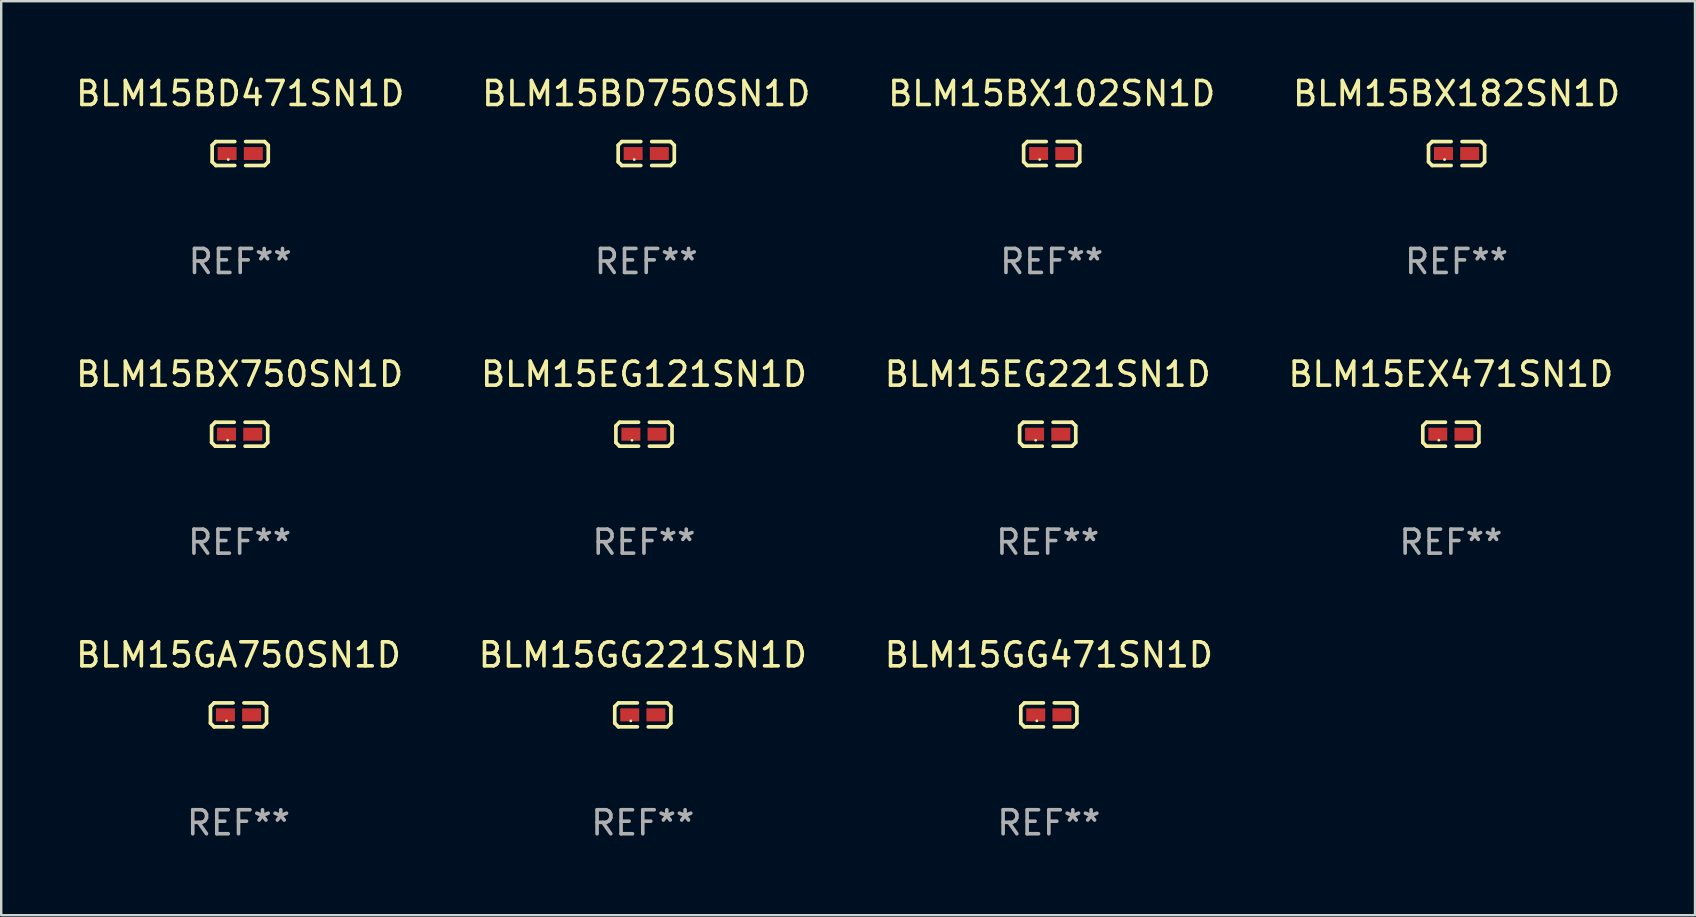
<source format=kicad_pcb>
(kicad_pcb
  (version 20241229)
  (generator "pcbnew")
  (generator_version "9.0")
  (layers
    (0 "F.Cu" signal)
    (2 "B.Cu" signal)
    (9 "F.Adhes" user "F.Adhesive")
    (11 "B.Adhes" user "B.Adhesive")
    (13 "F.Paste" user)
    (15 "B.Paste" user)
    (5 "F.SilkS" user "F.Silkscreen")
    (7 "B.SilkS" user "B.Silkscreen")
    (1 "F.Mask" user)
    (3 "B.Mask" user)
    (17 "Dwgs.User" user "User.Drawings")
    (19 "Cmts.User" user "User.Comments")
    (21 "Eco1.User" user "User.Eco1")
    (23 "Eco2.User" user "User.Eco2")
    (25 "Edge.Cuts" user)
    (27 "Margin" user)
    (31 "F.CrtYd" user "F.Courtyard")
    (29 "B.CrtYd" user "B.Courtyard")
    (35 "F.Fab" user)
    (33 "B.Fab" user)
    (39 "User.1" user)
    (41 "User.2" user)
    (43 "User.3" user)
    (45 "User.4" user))
  (footprint "BLM15EG121SN1D"
    (layer "F.Cu")
    (at 23.78 15.041)
    (property "Reference" "BLM15EG121SN1D" (at 0 -2.499 0) (layer "F.SilkS") (effects (font (size 1 1) (thickness 0.15))))
    (attr through_hole)
    (fp_line (start -1.169 -0.346) (end -1.016 -0.499) (stroke (width 0.152) (type solid)) (layer "F.SilkS"))
    (fp_line (start -1.169 0.346) (end -1.169 -0.346) (stroke (width 0.152) (type solid)) (layer "F.SilkS"))
    (fp_line (start -1.016 -0.499) (end -0.226 -0.499) (stroke (width 0.152) (type solid)) (layer "F.SilkS"))
    (fp_line (start -1.016 0.499) (end -1.169 0.346) (stroke (width 0.152) (type solid)) (layer "F.SilkS"))
    (fp_line (start -0.226 0.499) (end -1.016 0.499) (stroke (width 0.152) (type solid)) (layer "F.SilkS"))
    (fp_line (start 0.226 0.499) (end 1.016 0.499) (stroke (width 0.152) (type solid)) (layer "F.SilkS"))
    (fp_line (start 1.016 -0.499) (end 0.226 -0.499) (stroke (width 0.152) (type solid)) (layer "F.SilkS"))
    (fp_line (start 1.016 0.499) (end 1.169 0.346) (stroke (width 0.152) (type solid)) (layer "F.SilkS"))
    (fp_line (start 1.169 -0.346) (end 1.016 -0.499) (stroke (width 0.152) (type solid)) (layer "F.SilkS"))
    (fp_line (start 1.169 0.346) (end 1.169 -0.346) (stroke (width 0.152) (type solid)) (layer "F.SilkS"))
    (fp_circle (center -0.5 0.25) (end -0.47 0.25) (stroke (width 0.06) (type solid)) (fill no) (layer "F.SilkS"))
    (fp_text user "REF**" (at 0 4.499 0) (layer "F.Fab") (effects (font (size 1 1) (thickness 0.15))))
    (pad "1" smd rect (at -0.545 0) (size 0.79 0.54) (layers "F.Cu" "F.Mask" "F.Paste"))
    (pad "2" smd rect (at 0.545 0) (size 0.79 0.54) (layers "F.Cu" "F.Mask" "F.Paste")))
  (footprint "BLM15BX102SN1D"
    (layer "F.Cu")
    (at 40.768 3.347)
    (property "Reference" "BLM15BX102SN1D" (at 0 -2.499 0) (layer "F.SilkS") (effects (font (size 1 1) (thickness 0.15))))
    (attr through_hole)
    (fp_line (start -1.169 -0.346) (end -1.016 -0.499) (stroke (width 0.152) (type solid)) (layer "F.SilkS"))
    (fp_line (start -1.169 0.346) (end -1.169 -0.346) (stroke (width 0.152) (type solid)) (layer "F.SilkS"))
    (fp_line (start -1.016 -0.499) (end -0.226 -0.499) (stroke (width 0.152) (type solid)) (layer "F.SilkS"))
    (fp_line (start -1.016 0.499) (end -1.169 0.346) (stroke (width 0.152) (type solid)) (layer "F.SilkS"))
    (fp_line (start -0.226 0.499) (end -1.016 0.499) (stroke (width 0.152) (type solid)) (layer "F.SilkS"))
    (fp_line (start 0.226 0.499) (end 1.016 0.499) (stroke (width 0.152) (type solid)) (layer "F.SilkS"))
    (fp_line (start 1.016 -0.499) (end 0.226 -0.499) (stroke (width 0.152) (type solid)) (layer "F.SilkS"))
    (fp_line (start 1.016 0.499) (end 1.169 0.346) (stroke (width 0.152) (type solid)) (layer "F.SilkS"))
    (fp_line (start 1.169 -0.346) (end 1.016 -0.499) (stroke (width 0.152) (type solid)) (layer "F.SilkS"))
    (fp_line (start 1.169 0.346) (end 1.169 -0.346) (stroke (width 0.152) (type solid)) (layer "F.SilkS"))
    (fp_circle (center -0.5 0.25) (end -0.47 0.25) (stroke (width 0.06) (type solid)) (fill no) (layer "F.SilkS"))
    (fp_text user "REF**" (at 0 4.499 0) (layer "F.Fab") (effects (font (size 1 1) (thickness 0.15))))
    (pad "1" smd rect (at -0.545 0) (size 0.79 0.54) (layers "F.Cu" "F.Mask" "F.Paste"))
    (pad "2" smd rect (at 0.545 0) (size 0.79 0.54) (layers "F.Cu" "F.Mask" "F.Paste")))
  (footprint "BLM15BX750SN1D"
    (layer "F.Cu")
    (at 6.935 15.041)
    (property "Reference" "BLM15BX750SN1D" (at 0 -2.499 0) (layer "F.SilkS") (effects (font (size 1 1) (thickness 0.15))))
    (attr through_hole)
    (fp_line (start -1.169 -0.346) (end -1.016 -0.499) (stroke (width 0.152) (type solid)) (layer "F.SilkS"))
    (fp_line (start -1.169 0.346) (end -1.169 -0.346) (stroke (width 0.152) (type solid)) (layer "F.SilkS"))
    (fp_line (start -1.016 -0.499) (end -0.226 -0.499) (stroke (width 0.152) (type solid)) (layer "F.SilkS"))
    (fp_line (start -1.016 0.499) (end -1.169 0.346) (stroke (width 0.152) (type solid)) (layer "F.SilkS"))
    (fp_line (start -0.226 0.499) (end -1.016 0.499) (stroke (width 0.152) (type solid)) (layer "F.SilkS"))
    (fp_line (start 0.226 0.499) (end 1.016 0.499) (stroke (width 0.152) (type solid)) (layer "F.SilkS"))
    (fp_line (start 1.016 -0.499) (end 0.226 -0.499) (stroke (width 0.152) (type solid)) (layer "F.SilkS"))
    (fp_line (start 1.016 0.499) (end 1.169 0.346) (stroke (width 0.152) (type solid)) (layer "F.SilkS"))
    (fp_line (start 1.169 -0.346) (end 1.016 -0.499) (stroke (width 0.152) (type solid)) (layer "F.SilkS"))
    (fp_line (start 1.169 0.346) (end 1.169 -0.346) (stroke (width 0.152) (type solid)) (layer "F.SilkS"))
    (fp_circle (center -0.5 0.25) (end -0.47 0.25) (stroke (width 0.06) (type solid)) (fill no) (layer "F.SilkS"))
    (fp_text user "REF**" (at 0 4.499 0) (layer "F.Fab") (effects (font (size 1 1) (thickness 0.15))))
    (pad "1" smd rect (at -0.545 0) (size 0.79 0.54) (layers "F.Cu" "F.Mask" "F.Paste"))
    (pad "2" smd rect (at 0.545 0) (size 0.79 0.54) (layers "F.Cu" "F.Mask" "F.Paste")))
  (footprint "BLM15BD750SN1D"
    (layer "F.Cu")
    (at 23.875 3.347)
    (property "Reference" "BLM15BD750SN1D" (at 0 -2.499 0) (layer "F.SilkS") (effects (font (size 1 1) (thickness 0.15))))
    (attr through_hole)
    (fp_line (start -1.169 -0.346) (end -1.016 -0.499) (stroke (width 0.152) (type solid)) (layer "F.SilkS"))
    (fp_line (start -1.169 0.346) (end -1.169 -0.346) (stroke (width 0.152) (type solid)) (layer "F.SilkS"))
    (fp_line (start -1.016 -0.499) (end -0.226 -0.499) (stroke (width 0.152) (type solid)) (layer "F.SilkS"))
    (fp_line (start -1.016 0.499) (end -1.169 0.346) (stroke (width 0.152) (type solid)) (layer "F.SilkS"))
    (fp_line (start -0.226 0.499) (end -1.016 0.499) (stroke (width 0.152) (type solid)) (layer "F.SilkS"))
    (fp_line (start 0.226 0.499) (end 1.016 0.499) (stroke (width 0.152) (type solid)) (layer "F.SilkS"))
    (fp_line (start 1.016 -0.499) (end 0.226 -0.499) (stroke (width 0.152) (type solid)) (layer "F.SilkS"))
    (fp_line (start 1.016 0.499) (end 1.169 0.346) (stroke (width 0.152) (type solid)) (layer "F.SilkS"))
    (fp_line (start 1.169 -0.346) (end 1.016 -0.499) (stroke (width 0.152) (type solid)) (layer "F.SilkS"))
    (fp_line (start 1.169 0.346) (end 1.169 -0.346) (stroke (width 0.152) (type solid)) (layer "F.SilkS"))
    (fp_circle (center -0.5 0.25) (end -0.47 0.25) (stroke (width 0.06) (type solid)) (fill no) (layer "F.SilkS"))
    (fp_text user "REF**" (at 0 4.499 0) (layer "F.Fab") (effects (font (size 1 1) (thickness 0.15))))
    (pad "1" smd rect (at -0.545 0) (size 0.79 0.54) (layers "F.Cu" "F.Mask" "F.Paste"))
    (pad "2" smd rect (at 0.545 0) (size 0.79 0.54) (layers "F.Cu" "F.Mask" "F.Paste")))
  (footprint "BLM15EX471SN1D"
    (layer "F.Cu")
    (at 57.399 15.041)
    (property "Reference" "BLM15EX471SN1D" (at 0 -2.499 0) (layer "F.SilkS") (effects (font (size 1 1) (thickness 0.15))))
    (attr through_hole)
    (fp_line (start -1.169 -0.346) (end -1.016 -0.499) (stroke (width 0.152) (type solid)) (layer "F.SilkS"))
    (fp_line (start -1.169 0.346) (end -1.169 -0.346) (stroke (width 0.152) (type solid)) (layer "F.SilkS"))
    (fp_line (start -1.016 -0.499) (end -0.226 -0.499) (stroke (width 0.152) (type solid)) (layer "F.SilkS"))
    (fp_line (start -1.016 0.499) (end -1.169 0.346) (stroke (width 0.152) (type solid)) (layer "F.SilkS"))
    (fp_line (start -0.226 0.499) (end -1.016 0.499) (stroke (width 0.152) (type solid)) (layer "F.SilkS"))
    (fp_line (start 0.226 0.499) (end 1.016 0.499) (stroke (width 0.152) (type solid)) (layer "F.SilkS"))
    (fp_line (start 1.016 -0.499) (end 0.226 -0.499) (stroke (width 0.152) (type solid)) (layer "F.SilkS"))
    (fp_line (start 1.016 0.499) (end 1.169 0.346) (stroke (width 0.152) (type solid)) (layer "F.SilkS"))
    (fp_line (start 1.169 -0.346) (end 1.016 -0.499) (stroke (width 0.152) (type solid)) (layer "F.SilkS"))
    (fp_line (start 1.169 0.346) (end 1.169 -0.346) (stroke (width 0.152) (type solid)) (layer "F.SilkS"))
    (fp_circle (center -0.5 0.25) (end -0.47 0.25) (stroke (width 0.06) (type solid)) (fill no) (layer "F.SilkS"))
    (fp_text user "REF**" (at 0 4.499 0) (layer "F.Fab") (effects (font (size 1 1) (thickness 0.15))))
    (pad "1" smd rect (at -0.545 0) (size 0.79 0.54) (layers "F.Cu" "F.Mask" "F.Paste"))
    (pad "2" smd rect (at 0.545 0) (size 0.79 0.54) (layers "F.Cu" "F.Mask" "F.Paste")))
  (footprint "BLM15BD471SN1D"
    (layer "F.Cu")
    (at 6.958 3.347)
    (property "Reference" "BLM15BD471SN1D" (at 0 -2.499 0) (layer "F.SilkS") (effects (font (size 1 1) (thickness 0.15))))
    (attr through_hole)
    (fp_line (start -1.169 -0.346) (end -1.016 -0.499) (stroke (width 0.152) (type solid)) (layer "F.SilkS"))
    (fp_line (start -1.169 0.346) (end -1.169 -0.346) (stroke (width 0.152) (type solid)) (layer "F.SilkS"))
    (fp_line (start -1.016 -0.499) (end -0.226 -0.499) (stroke (width 0.152) (type solid)) (layer "F.SilkS"))
    (fp_line (start -1.016 0.499) (end -1.169 0.346) (stroke (width 0.152) (type solid)) (layer "F.SilkS"))
    (fp_line (start -0.226 0.499) (end -1.016 0.499) (stroke (width 0.152) (type solid)) (layer "F.SilkS"))
    (fp_line (start 0.226 0.499) (end 1.016 0.499) (stroke (width 0.152) (type solid)) (layer "F.SilkS"))
    (fp_line (start 1.016 -0.499) (end 0.226 -0.499) (stroke (width 0.152) (type solid)) (layer "F.SilkS"))
    (fp_line (start 1.016 0.499) (end 1.169 0.346) (stroke (width 0.152) (type solid)) (layer "F.SilkS"))
    (fp_line (start 1.169 -0.346) (end 1.016 -0.499) (stroke (width 0.152) (type solid)) (layer "F.SilkS"))
    (fp_line (start 1.169 0.346) (end 1.169 -0.346) (stroke (width 0.152) (type solid)) (layer "F.SilkS"))
    (fp_circle (center -0.5 0.25) (end -0.47 0.25) (stroke (width 0.06) (type solid)) (fill no) (layer "F.SilkS"))
    (fp_text user "REF**" (at 0 4.499 0) (layer "F.Fab") (effects (font (size 1 1) (thickness 0.15))))
    (pad "1" smd rect (at -0.545 0) (size 0.79 0.54) (layers "F.Cu" "F.Mask" "F.Paste"))
    (pad "2" smd rect (at 0.545 0) (size 0.79 0.54) (layers "F.Cu" "F.Mask" "F.Paste")))
  (footprint "BLM15GG221SN1D"
    (layer "F.Cu")
    (at 23.732 26.734)
    (property "Reference" "BLM15GG221SN1D" (at 0 -2.499 0) (layer "F.SilkS") (effects (font (size 1 1) (thickness 0.15))))
    (attr through_hole)
    (fp_line (start -1.169 -0.346) (end -1.016 -0.499) (stroke (width 0.152) (type solid)) (layer "F.SilkS"))
    (fp_line (start -1.169 0.346) (end -1.169 -0.346) (stroke (width 0.152) (type solid)) (layer "F.SilkS"))
    (fp_line (start -1.016 -0.499) (end -0.226 -0.499) (stroke (width 0.152) (type solid)) (layer "F.SilkS"))
    (fp_line (start -1.016 0.499) (end -1.169 0.346) (stroke (width 0.152) (type solid)) (layer "F.SilkS"))
    (fp_line (start -0.226 0.499) (end -1.016 0.499) (stroke (width 0.152) (type solid)) (layer "F.SilkS"))
    (fp_line (start 0.226 0.499) (end 1.016 0.499) (stroke (width 0.152) (type solid)) (layer "F.SilkS"))
    (fp_line (start 1.016 -0.499) (end 0.226 -0.499) (stroke (width 0.152) (type solid)) (layer "F.SilkS"))
    (fp_line (start 1.016 0.499) (end 1.169 0.346) (stroke (width 0.152) (type solid)) (layer "F.SilkS"))
    (fp_line (start 1.169 -0.346) (end 1.016 -0.499) (stroke (width 0.152) (type solid)) (layer "F.SilkS"))
    (fp_line (start 1.169 0.346) (end 1.169 -0.346) (stroke (width 0.152) (type solid)) (layer "F.SilkS"))
    (fp_circle (center -0.5 0.25) (end -0.47 0.25) (stroke (width 0.06) (type solid)) (fill no) (layer "F.SilkS"))
    (fp_text user "REF**" (at 0 4.499 0) (layer "F.Fab") (effects (font (size 1 1) (thickness 0.15))))
    (pad "1" smd rect (at -0.545 0) (size 0.79 0.54) (layers "F.Cu" "F.Mask" "F.Paste"))
    (pad "2" smd rect (at 0.545 0) (size 0.79 0.54) (layers "F.Cu" "F.Mask" "F.Paste")))
  (footprint "BLM15BX182SN1D"
    (layer "F.Cu")
    (at 57.637 3.347)
    (property "Reference" "BLM15BX182SN1D" (at 0 -2.499 0) (layer "F.SilkS") (effects (font (size 1 1) (thickness 0.15))))
    (attr through_hole)
    (fp_line (start -1.169 -0.346) (end -1.016 -0.499) (stroke (width 0.152) (type solid)) (layer "F.SilkS"))
    (fp_line (start -1.169 0.346) (end -1.169 -0.346) (stroke (width 0.152) (type solid)) (layer "F.SilkS"))
    (fp_line (start -1.016 -0.499) (end -0.226 -0.499) (stroke (width 0.152) (type solid)) (layer "F.SilkS"))
    (fp_line (start -1.016 0.499) (end -1.169 0.346) (stroke (width 0.152) (type solid)) (layer "F.SilkS"))
    (fp_line (start -0.226 0.499) (end -1.016 0.499) (stroke (width 0.152) (type solid)) (layer "F.SilkS"))
    (fp_line (start 0.226 0.499) (end 1.016 0.499) (stroke (width 0.152) (type solid)) (layer "F.SilkS"))
    (fp_line (start 1.016 -0.499) (end 0.226 -0.499) (stroke (width 0.152) (type solid)) (layer "F.SilkS"))
    (fp_line (start 1.016 0.499) (end 1.169 0.346) (stroke (width 0.152) (type solid)) (layer "F.SilkS"))
    (fp_line (start 1.169 -0.346) (end 1.016 -0.499) (stroke (width 0.152) (type solid)) (layer "F.SilkS"))
    (fp_line (start 1.169 0.346) (end 1.169 -0.346) (stroke (width 0.152) (type solid)) (layer "F.SilkS"))
    (fp_circle (center -0.5 0.25) (end -0.47 0.25) (stroke (width 0.06) (type solid)) (fill no) (layer "F.SilkS"))
    (fp_text user "REF**" (at 0 4.499 0) (layer "F.Fab") (effects (font (size 1 1) (thickness 0.15))))
    (pad "1" smd rect (at -0.545 0) (size 0.79 0.54) (layers "F.Cu" "F.Mask" "F.Paste"))
    (pad "2" smd rect (at 0.545 0) (size 0.79 0.54) (layers "F.Cu" "F.Mask" "F.Paste")))
  (footprint "BLM15GG471SN1D"
    (layer "F.Cu")
    (at 40.649 26.734)
    (property "Reference" "BLM15GG471SN1D" (at 0 -2.499 0) (layer "F.SilkS") (effects (font (size 1 1) (thickness 0.15))))
    (attr through_hole)
    (fp_line (start -1.169 -0.346) (end -1.016 -0.499) (stroke (width 0.152) (type solid)) (layer "F.SilkS"))
    (fp_line (start -1.169 0.346) (end -1.169 -0.346) (stroke (width 0.152) (type solid)) (layer "F.SilkS"))
    (fp_line (start -1.016 -0.499) (end -0.226 -0.499) (stroke (width 0.152) (type solid)) (layer "F.SilkS"))
    (fp_line (start -1.016 0.499) (end -1.169 0.346) (stroke (width 0.152) (type solid)) (layer "F.SilkS"))
    (fp_line (start -0.226 0.499) (end -1.016 0.499) (stroke (width 0.152) (type solid)) (layer "F.SilkS"))
    (fp_line (start 0.226 0.499) (end 1.016 0.499) (stroke (width 0.152) (type solid)) (layer "F.SilkS"))
    (fp_line (start 1.016 -0.499) (end 0.226 -0.499) (stroke (width 0.152) (type solid)) (layer "F.SilkS"))
    (fp_line (start 1.016 0.499) (end 1.169 0.346) (stroke (width 0.152) (type solid)) (layer "F.SilkS"))
    (fp_line (start 1.169 -0.346) (end 1.016 -0.499) (stroke (width 0.152) (type solid)) (layer "F.SilkS"))
    (fp_line (start 1.169 0.346) (end 1.169 -0.346) (stroke (width 0.152) (type solid)) (layer "F.SilkS"))
    (fp_circle (center -0.5 0.25) (end -0.47 0.25) (stroke (width 0.06) (type solid)) (fill no) (layer "F.SilkS"))
    (fp_text user "REF**" (at 0 4.499 0) (layer "F.Fab") (effects (font (size 1 1) (thickness 0.15))))
    (pad "1" smd rect (at -0.545 0) (size 0.79 0.54) (layers "F.Cu" "F.Mask" "F.Paste"))
    (pad "2" smd rect (at 0.545 0) (size 0.79 0.54) (layers "F.Cu" "F.Mask" "F.Paste")))
  (footprint "BLM15GA750SN1D"
    (layer "F.Cu")
    (at 6.887 26.734)
    (property "Reference" "BLM15GA750SN1D" (at 0 -2.499 0) (layer "F.SilkS") (effects (font (size 1 1) (thickness 0.15))))
    (attr through_hole)
    (fp_line (start -1.169 -0.346) (end -1.016 -0.499) (stroke (width 0.152) (type solid)) (layer "F.SilkS"))
    (fp_line (start -1.169 0.346) (end -1.169 -0.346) (stroke (width 0.152) (type solid)) (layer "F.SilkS"))
    (fp_line (start -1.016 -0.499) (end -0.226 -0.499) (stroke (width 0.152) (type solid)) (layer "F.SilkS"))
    (fp_line (start -1.016 0.499) (end -1.169 0.346) (stroke (width 0.152) (type solid)) (layer "F.SilkS"))
    (fp_line (start -0.226 0.499) (end -1.016 0.499) (stroke (width 0.152) (type solid)) (layer "F.SilkS"))
    (fp_line (start 0.226 0.499) (end 1.016 0.499) (stroke (width 0.152) (type solid)) (layer "F.SilkS"))
    (fp_line (start 1.016 -0.499) (end 0.226 -0.499) (stroke (width 0.152) (type solid)) (layer "F.SilkS"))
    (fp_line (start 1.016 0.499) (end 1.169 0.346) (stroke (width 0.152) (type solid)) (layer "F.SilkS"))
    (fp_line (start 1.169 -0.346) (end 1.016 -0.499) (stroke (width 0.152) (type solid)) (layer "F.SilkS"))
    (fp_line (start 1.169 0.346) (end 1.169 -0.346) (stroke (width 0.152) (type solid)) (layer "F.SilkS"))
    (fp_circle (center -0.5 0.25) (end -0.47 0.25) (stroke (width 0.06) (type solid)) (fill no) (layer "F.SilkS"))
    (fp_text user "REF**" (at 0 4.499 0) (layer "F.Fab") (effects (font (size 1 1) (thickness 0.15))))
    (pad "1" smd rect (at -0.545 0) (size 0.79 0.54) (layers "F.Cu" "F.Mask" "F.Paste"))
    (pad "2" smd rect (at 0.545 0) (size 0.79 0.54) (layers "F.Cu" "F.Mask" "F.Paste")))
  (footprint "BLM15EG221SN1D"
    (layer "F.Cu")
    (at 40.601 15.041)
    (property "Reference" "BLM15EG221SN1D" (at 0 -2.499 0) (layer "F.SilkS") (effects (font (size 1 1) (thickness 0.15))))
    (attr through_hole)
    (fp_line (start -1.169 -0.346) (end -1.016 -0.499) (stroke (width 0.152) (type solid)) (layer "F.SilkS"))
    (fp_line (start -1.169 0.346) (end -1.169 -0.346) (stroke (width 0.152) (type solid)) (layer "F.SilkS"))
    (fp_line (start -1.016 -0.499) (end -0.226 -0.499) (stroke (width 0.152) (type solid)) (layer "F.SilkS"))
    (fp_line (start -1.016 0.499) (end -1.169 0.346) (stroke (width 0.152) (type solid)) (layer "F.SilkS"))
    (fp_line (start -0.226 0.499) (end -1.016 0.499) (stroke (width 0.152) (type solid)) (layer "F.SilkS"))
    (fp_line (start 0.226 0.499) (end 1.016 0.499) (stroke (width 0.152) (type solid)) (layer "F.SilkS"))
    (fp_line (start 1.016 -0.499) (end 0.226 -0.499) (stroke (width 0.152) (type solid)) (layer "F.SilkS"))
    (fp_line (start 1.016 0.499) (end 1.169 0.346) (stroke (width 0.152) (type solid)) (layer "F.SilkS"))
    (fp_line (start 1.169 -0.346) (end 1.016 -0.499) (stroke (width 0.152) (type solid)) (layer "F.SilkS"))
    (fp_line (start 1.169 0.346) (end 1.169 -0.346) (stroke (width 0.152) (type solid)) (layer "F.SilkS"))
    (fp_circle (center -0.5 0.25) (end -0.47 0.25) (stroke (width 0.06) (type solid)) (fill no) (layer "F.SilkS"))
    (fp_text user "REF**" (at 0 4.499 0) (layer "F.Fab") (effects (font (size 1 1) (thickness 0.15))))
    (pad "1" smd rect (at -0.545 0) (size 0.79 0.54) (layers "F.Cu" "F.Mask" "F.Paste"))
    (pad "2" smd rect (at 0.545 0) (size 0.79 0.54) (layers "F.Cu" "F.Mask" "F.Paste")))
  (gr_rect
    (start -3 -3)
    (end 67.571 35.081)
    (stroke (width 0.1) (type default))
    (fill no)
    (layer "Edge.Cuts")))
</source>
